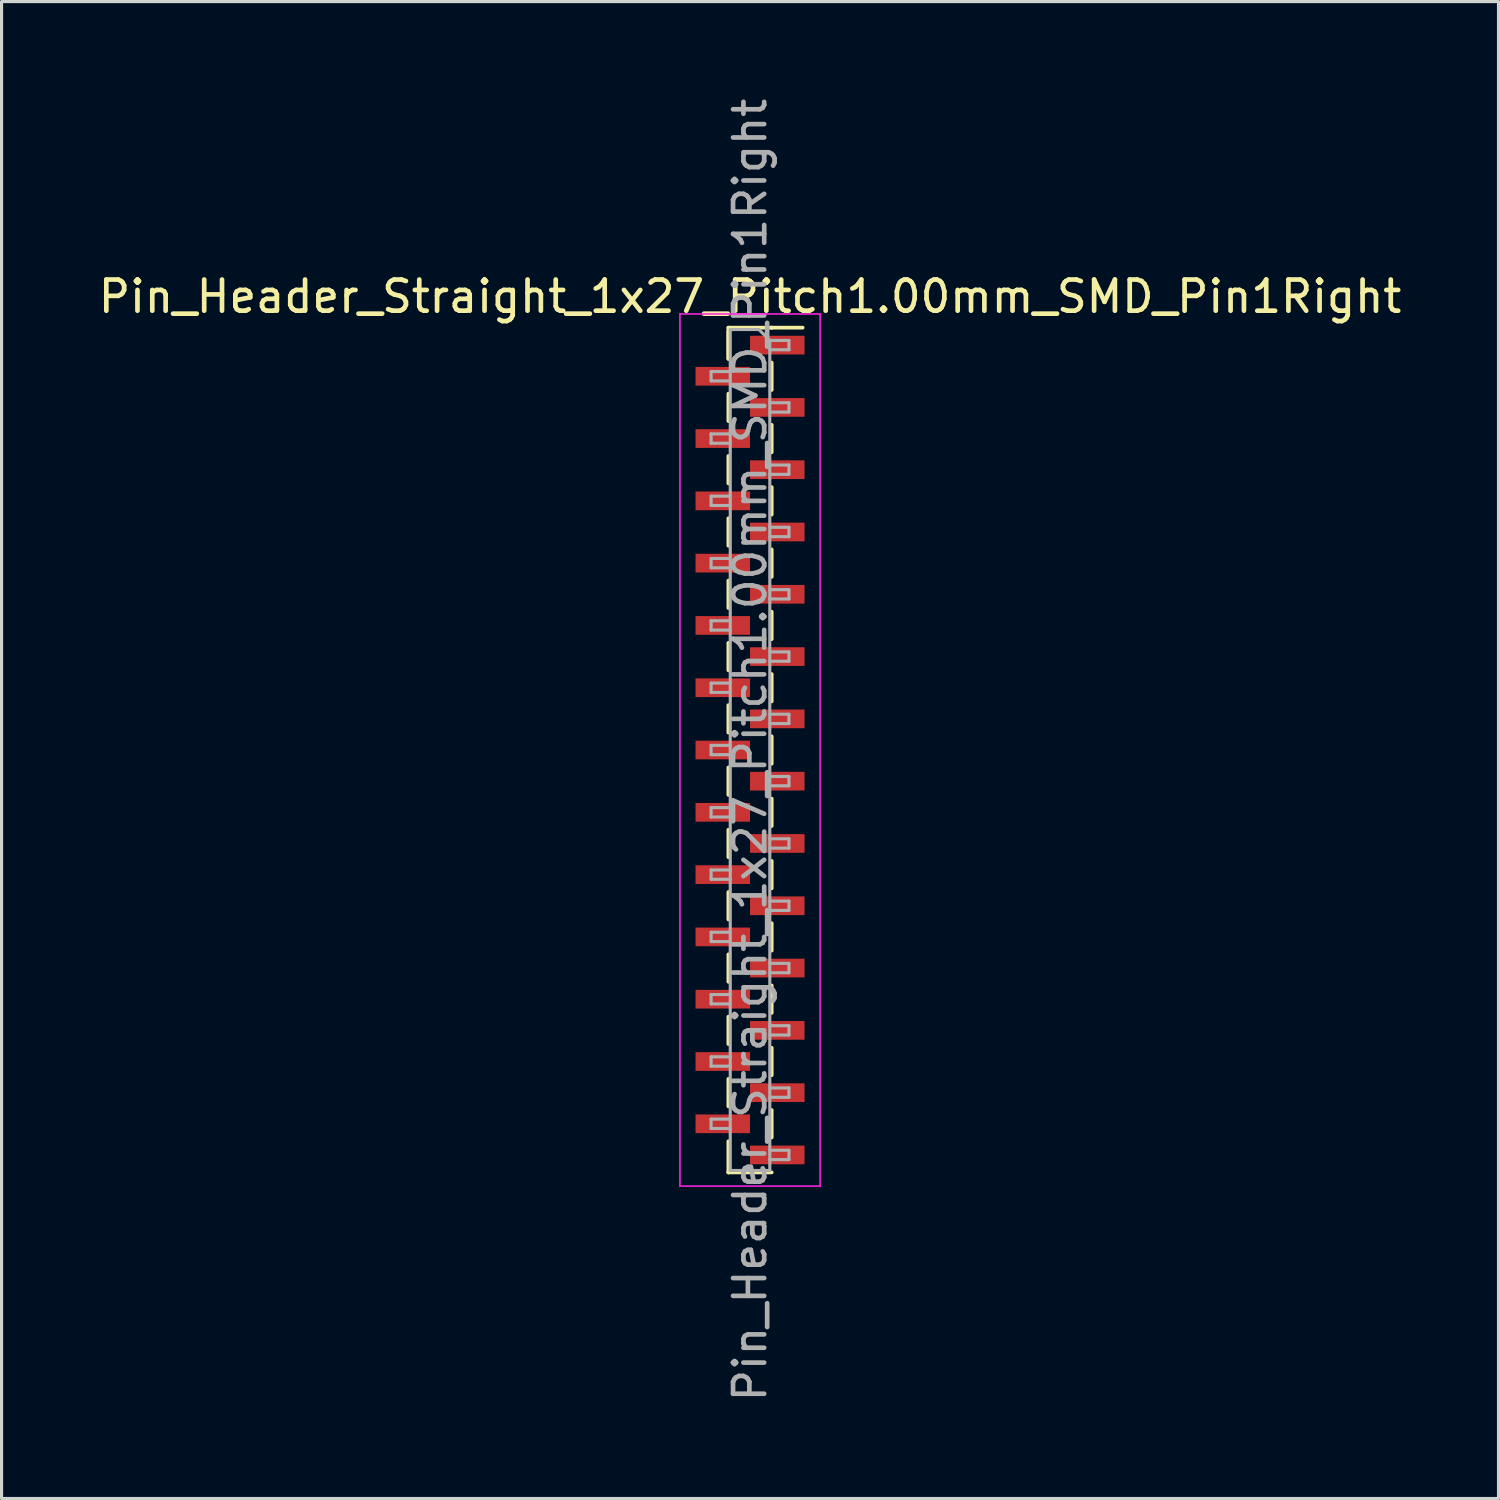
<source format=kicad_pcb>
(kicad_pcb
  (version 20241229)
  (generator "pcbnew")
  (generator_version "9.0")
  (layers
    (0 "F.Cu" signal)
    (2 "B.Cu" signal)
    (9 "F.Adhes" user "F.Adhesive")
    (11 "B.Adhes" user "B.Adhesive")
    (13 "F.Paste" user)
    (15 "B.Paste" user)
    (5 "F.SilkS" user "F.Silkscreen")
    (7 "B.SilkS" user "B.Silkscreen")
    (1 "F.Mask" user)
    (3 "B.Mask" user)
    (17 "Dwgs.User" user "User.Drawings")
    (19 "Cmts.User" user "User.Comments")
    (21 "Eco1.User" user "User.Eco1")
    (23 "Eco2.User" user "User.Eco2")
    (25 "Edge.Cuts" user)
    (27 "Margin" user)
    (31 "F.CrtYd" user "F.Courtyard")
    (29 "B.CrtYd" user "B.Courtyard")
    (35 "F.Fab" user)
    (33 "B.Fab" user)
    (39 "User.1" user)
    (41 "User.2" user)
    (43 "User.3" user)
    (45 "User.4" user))
  (footprint "Pin_Header_Straight_1x27_Pitch1.00mm_SMD_Pin1Right"
    (layer "F.Cu")
    (at 21.03 21.03)
    (property "Reference" "Pin_Header_Straight_1x27_Pitch1.00mm_SMD_Pin1Right" (at 0 -14.56 0) (layer "F.SilkS") (effects (font (size 1 1) (thickness 0.15))))
    (attr smd)
    (fp_line (start -0.695 -13.56) (end -0.695 -12.56) (stroke (width 0.12) (type solid)) (layer "F.SilkS"))
    (fp_line (start -0.695 -13.56) (end 0.695 -13.56) (stroke (width 0.12) (type solid)) (layer "F.SilkS"))
    (fp_line (start -0.695 -13.44) (end -0.695 -12.56) (stroke (width 0.12) (type solid)) (layer "F.SilkS"))
    (fp_line (start -0.695 -11.44) (end -0.695 -10.56) (stroke (width 0.12) (type solid)) (layer "F.SilkS"))
    (fp_line (start -0.695 -9.44) (end -0.695 -8.56) (stroke (width 0.12) (type solid)) (layer "F.SilkS"))
    (fp_line (start -0.695 -7.44) (end -0.695 -6.56) (stroke (width 0.12) (type solid)) (layer "F.SilkS"))
    (fp_line (start -0.695 -5.44) (end -0.695 -4.56) (stroke (width 0.12) (type solid)) (layer "F.SilkS"))
    (fp_line (start -0.695 -3.44) (end -0.695 -2.56) (stroke (width 0.12) (type solid)) (layer "F.SilkS"))
    (fp_line (start -0.695 -1.44) (end -0.695 -0.56) (stroke (width 0.12) (type solid)) (layer "F.SilkS"))
    (fp_line (start -0.695 0.56) (end -0.695 1.44) (stroke (width 0.12) (type solid)) (layer "F.SilkS"))
    (fp_line (start -0.695 2.56) (end -0.695 3.44) (stroke (width 0.12) (type solid)) (layer "F.SilkS"))
    (fp_line (start -0.695 4.56) (end -0.695 5.44) (stroke (width 0.12) (type solid)) (layer "F.SilkS"))
    (fp_line (start -0.695 6.56) (end -0.695 7.44) (stroke (width 0.12) (type solid)) (layer "F.SilkS"))
    (fp_line (start -0.695 8.56) (end -0.695 9.44) (stroke (width 0.12) (type solid)) (layer "F.SilkS"))
    (fp_line (start -0.695 10.56) (end -0.695 11.44) (stroke (width 0.12) (type solid)) (layer "F.SilkS"))
    (fp_line (start -0.695 12.56) (end -0.695 13.56) (stroke (width 0.12) (type solid)) (layer "F.SilkS"))
    (fp_line (start -0.695 13.56) (end -0.695 13.56) (stroke (width 0.12) (type solid)) (layer "F.SilkS"))
    (fp_line (start -0.695 13.56) (end 0.695 13.56) (stroke (width 0.12) (type solid)) (layer "F.SilkS"))
    (fp_line (start 0.695 -13.56) (end 0.695 -13.56) (stroke (width 0.12) (type solid)) (layer "F.SilkS"))
    (fp_line (start 0.695 -13.56) (end 1.69 -13.56) (stroke (width 0.12) (type solid)) (layer "F.SilkS"))
    (fp_line (start 0.695 -12.44) (end 0.695 -11.56) (stroke (width 0.12) (type solid)) (layer "F.SilkS"))
    (fp_line (start 0.695 -10.44) (end 0.695 -9.56) (stroke (width 0.12) (type solid)) (layer "F.SilkS"))
    (fp_line (start 0.695 -8.44) (end 0.695 -7.56) (stroke (width 0.12) (type solid)) (layer "F.SilkS"))
    (fp_line (start 0.695 -6.44) (end 0.695 -5.56) (stroke (width 0.12) (type solid)) (layer "F.SilkS"))
    (fp_line (start 0.695 -4.44) (end 0.695 -3.56) (stroke (width 0.12) (type solid)) (layer "F.SilkS"))
    (fp_line (start 0.695 -2.44) (end 0.695 -1.56) (stroke (width 0.12) (type solid)) (layer "F.SilkS"))
    (fp_line (start 0.695 -0.44) (end 0.695 0.44) (stroke (width 0.12) (type solid)) (layer "F.SilkS"))
    (fp_line (start 0.695 1.56) (end 0.695 2.44) (stroke (width 0.12) (type solid)) (layer "F.SilkS"))
    (fp_line (start 0.695 3.56) (end 0.695 4.44) (stroke (width 0.12) (type solid)) (layer "F.SilkS"))
    (fp_line (start 0.695 5.56) (end 0.695 6.44) (stroke (width 0.12) (type solid)) (layer "F.SilkS"))
    (fp_line (start 0.695 7.56) (end 0.695 8.44) (stroke (width 0.12) (type solid)) (layer "F.SilkS"))
    (fp_line (start 0.695 9.56) (end 0.695 10.44) (stroke (width 0.12) (type solid)) (layer "F.SilkS"))
    (fp_line (start 0.695 11.56) (end 0.695 12.44) (stroke (width 0.12) (type solid)) (layer "F.SilkS"))
    (fp_line (start -2.25 -14) (end -2.25 14) (stroke (width 0.05) (type solid)) (layer "F.CrtYd"))
    (fp_line (start -2.25 14) (end 2.25 14) (stroke (width 0.05) (type solid)) (layer "F.CrtYd"))
    (fp_line (start 2.25 -14) (end -2.25 -14) (stroke (width 0.05) (type solid)) (layer "F.CrtYd"))
    (fp_line (start 2.25 14) (end 2.25 -14) (stroke (width 0.05) (type solid)) (layer "F.CrtYd"))
    (fp_line (start -1.25 -12.15) (end -1.25 -11.85) (stroke (width 0.1) (type solid)) (layer "F.Fab"))
    (fp_line (start -1.25 -11.85) (end -0.635 -11.85) (stroke (width 0.1) (type solid)) (layer "F.Fab"))
    (fp_line (start -1.25 -10.15) (end -1.25 -9.85) (stroke (width 0.1) (type solid)) (layer "F.Fab"))
    (fp_line (start -1.25 -9.85) (end -0.635 -9.85) (stroke (width 0.1) (type solid)) (layer "F.Fab"))
    (fp_line (start -1.25 -8.15) (end -1.25 -7.85) (stroke (width 0.1) (type solid)) (layer "F.Fab"))
    (fp_line (start -1.25 -7.85) (end -0.635 -7.85) (stroke (width 0.1) (type solid)) (layer "F.Fab"))
    (fp_line (start -1.25 -6.15) (end -1.25 -5.85) (stroke (width 0.1) (type solid)) (layer "F.Fab"))
    (fp_line (start -1.25 -5.85) (end -0.635 -5.85) (stroke (width 0.1) (type solid)) (layer "F.Fab"))
    (fp_line (start -1.25 -4.15) (end -1.25 -3.85) (stroke (width 0.1) (type solid)) (layer "F.Fab"))
    (fp_line (start -1.25 -3.85) (end -0.635 -3.85) (stroke (width 0.1) (type solid)) (layer "F.Fab"))
    (fp_line (start -1.25 -2.15) (end -1.25 -1.85) (stroke (width 0.1) (type solid)) (layer "F.Fab"))
    (fp_line (start -1.25 -1.85) (end -0.635 -1.85) (stroke (width 0.1) (type solid)) (layer "F.Fab"))
    (fp_line (start -1.25 -0.15) (end -1.25 0.15) (stroke (width 0.1) (type solid)) (layer "F.Fab"))
    (fp_line (start -1.25 0.15) (end -0.635 0.15) (stroke (width 0.1) (type solid)) (layer "F.Fab"))
    (fp_line (start -1.25 1.85) (end -1.25 2.15) (stroke (width 0.1) (type solid)) (layer "F.Fab"))
    (fp_line (start -1.25 2.15) (end -0.635 2.15) (stroke (width 0.1) (type solid)) (layer "F.Fab"))
    (fp_line (start -1.25 3.85) (end -1.25 4.15) (stroke (width 0.1) (type solid)) (layer "F.Fab"))
    (fp_line (start -1.25 4.15) (end -0.635 4.15) (stroke (width 0.1) (type solid)) (layer "F.Fab"))
    (fp_line (start -1.25 5.85) (end -1.25 6.15) (stroke (width 0.1) (type solid)) (layer "F.Fab"))
    (fp_line (start -1.25 6.15) (end -0.635 6.15) (stroke (width 0.1) (type solid)) (layer "F.Fab"))
    (fp_line (start -1.25 7.85) (end -1.25 8.15) (stroke (width 0.1) (type solid)) (layer "F.Fab"))
    (fp_line (start -1.25 8.15) (end -0.635 8.15) (stroke (width 0.1) (type solid)) (layer "F.Fab"))
    (fp_line (start -1.25 9.85) (end -1.25 10.15) (stroke (width 0.1) (type solid)) (layer "F.Fab"))
    (fp_line (start -1.25 10.15) (end -0.635 10.15) (stroke (width 0.1) (type solid)) (layer "F.Fab"))
    (fp_line (start -1.25 11.85) (end -1.25 12.15) (stroke (width 0.1) (type solid)) (layer "F.Fab"))
    (fp_line (start -1.25 12.15) (end -0.635 12.15) (stroke (width 0.1) (type solid)) (layer "F.Fab"))
    (fp_line (start -0.635 -13.5) (end -0.635 13.5) (stroke (width 0.1) (type solid)) (layer "F.Fab"))
    (fp_line (start -0.635 -13.5) (end 0.285 -13.5) (stroke (width 0.1) (type solid)) (layer "F.Fab"))
    (fp_line (start -0.635 -12.15) (end -1.25 -12.15) (stroke (width 0.1) (type solid)) (layer "F.Fab"))
    (fp_line (start -0.635 -10.15) (end -1.25 -10.15) (stroke (width 0.1) (type solid)) (layer "F.Fab"))
    (fp_line (start -0.635 -8.15) (end -1.25 -8.15) (stroke (width 0.1) (type solid)) (layer "F.Fab"))
    (fp_line (start -0.635 -6.15) (end -1.25 -6.15) (stroke (width 0.1) (type solid)) (layer "F.Fab"))
    (fp_line (start -0.635 -4.15) (end -1.25 -4.15) (stroke (width 0.1) (type solid)) (layer "F.Fab"))
    (fp_line (start -0.635 -2.15) (end -1.25 -2.15) (stroke (width 0.1) (type solid)) (layer "F.Fab"))
    (fp_line (start -0.635 -0.15) (end -1.25 -0.15) (stroke (width 0.1) (type solid)) (layer "F.Fab"))
    (fp_line (start -0.635 1.85) (end -1.25 1.85) (stroke (width 0.1) (type solid)) (layer "F.Fab"))
    (fp_line (start -0.635 3.85) (end -1.25 3.85) (stroke (width 0.1) (type solid)) (layer "F.Fab"))
    (fp_line (start -0.635 5.85) (end -1.25 5.85) (stroke (width 0.1) (type solid)) (layer "F.Fab"))
    (fp_line (start -0.635 7.85) (end -1.25 7.85) (stroke (width 0.1) (type solid)) (layer "F.Fab"))
    (fp_line (start -0.635 9.85) (end -1.25 9.85) (stroke (width 0.1) (type solid)) (layer "F.Fab"))
    (fp_line (start -0.635 11.85) (end -1.25 11.85) (stroke (width 0.1) (type solid)) (layer "F.Fab"))
    (fp_line (start 0.635 -13.15) (end 0.285 -13.5) (stroke (width 0.1) (type solid)) (layer "F.Fab"))
    (fp_line (start 0.635 -13.15) (end 1.25 -13.15) (stroke (width 0.1) (type solid)) (layer "F.Fab"))
    (fp_line (start 0.635 -11.15) (end 1.25 -11.15) (stroke (width 0.1) (type solid)) (layer "F.Fab"))
    (fp_line (start 0.635 -9.15) (end 1.25 -9.15) (stroke (width 0.1) (type solid)) (layer "F.Fab"))
    (fp_line (start 0.635 -7.15) (end 1.25 -7.15) (stroke (width 0.1) (type solid)) (layer "F.Fab"))
    (fp_line (start 0.635 -5.15) (end 1.25 -5.15) (stroke (width 0.1) (type solid)) (layer "F.Fab"))
    (fp_line (start 0.635 -3.15) (end 1.25 -3.15) (stroke (width 0.1) (type solid)) (layer "F.Fab"))
    (fp_line (start 0.635 -1.15) (end 1.25 -1.15) (stroke (width 0.1) (type solid)) (layer "F.Fab"))
    (fp_line (start 0.635 0.85) (end 1.25 0.85) (stroke (width 0.1) (type solid)) (layer "F.Fab"))
    (fp_line (start 0.635 2.85) (end 1.25 2.85) (stroke (width 0.1) (type solid)) (layer "F.Fab"))
    (fp_line (start 0.635 4.85) (end 1.25 4.85) (stroke (width 0.1) (type solid)) (layer "F.Fab"))
    (fp_line (start 0.635 6.85) (end 1.25 6.85) (stroke (width 0.1) (type solid)) (layer "F.Fab"))
    (fp_line (start 0.635 8.85) (end 1.25 8.85) (stroke (width 0.1) (type solid)) (layer "F.Fab"))
    (fp_line (start 0.635 10.85) (end 1.25 10.85) (stroke (width 0.1) (type solid)) (layer "F.Fab"))
    (fp_line (start 0.635 12.85) (end 1.25 12.85) (stroke (width 0.1) (type solid)) (layer "F.Fab"))
    (fp_line (start 0.635 13.5) (end -0.635 13.5) (stroke (width 0.1) (type solid)) (layer "F.Fab"))
    (fp_line (start 0.635 13.5) (end 0.635 -13.15) (stroke (width 0.1) (type solid)) (layer "F.Fab"))
    (fp_line (start 1.25 -13.15) (end 1.25 -12.85) (stroke (width 0.1) (type solid)) (layer "F.Fab"))
    (fp_line (start 1.25 -12.85) (end 0.635 -12.85) (stroke (width 0.1) (type solid)) (layer "F.Fab"))
    (fp_line (start 1.25 -11.15) (end 1.25 -10.85) (stroke (width 0.1) (type solid)) (layer "F.Fab"))
    (fp_line (start 1.25 -10.85) (end 0.635 -10.85) (stroke (width 0.1) (type solid)) (layer "F.Fab"))
    (fp_line (start 1.25 -9.15) (end 1.25 -8.85) (stroke (width 0.1) (type solid)) (layer "F.Fab"))
    (fp_line (start 1.25 -8.85) (end 0.635 -8.85) (stroke (width 0.1) (type solid)) (layer "F.Fab"))
    (fp_line (start 1.25 -7.15) (end 1.25 -6.85) (stroke (width 0.1) (type solid)) (layer "F.Fab"))
    (fp_line (start 1.25 -6.85) (end 0.635 -6.85) (stroke (width 0.1) (type solid)) (layer "F.Fab"))
    (fp_line (start 1.25 -5.15) (end 1.25 -4.85) (stroke (width 0.1) (type solid)) (layer "F.Fab"))
    (fp_line (start 1.25 -4.85) (end 0.635 -4.85) (stroke (width 0.1) (type solid)) (layer "F.Fab"))
    (fp_line (start 1.25 -3.15) (end 1.25 -2.85) (stroke (width 0.1) (type solid)) (layer "F.Fab"))
    (fp_line (start 1.25 -2.85) (end 0.635 -2.85) (stroke (width 0.1) (type solid)) (layer "F.Fab"))
    (fp_line (start 1.25 -1.15) (end 1.25 -0.85) (stroke (width 0.1) (type solid)) (layer "F.Fab"))
    (fp_line (start 1.25 -0.85) (end 0.635 -0.85) (stroke (width 0.1) (type solid)) (layer "F.Fab"))
    (fp_line (start 1.25 0.85) (end 1.25 1.15) (stroke (width 0.1) (type solid)) (layer "F.Fab"))
    (fp_line (start 1.25 1.15) (end 0.635 1.15) (stroke (width 0.1) (type solid)) (layer "F.Fab"))
    (fp_line (start 1.25 2.85) (end 1.25 3.15) (stroke (width 0.1) (type solid)) (layer "F.Fab"))
    (fp_line (start 1.25 3.15) (end 0.635 3.15) (stroke (width 0.1) (type solid)) (layer "F.Fab"))
    (fp_line (start 1.25 4.85) (end 1.25 5.15) (stroke (width 0.1) (type solid)) (layer "F.Fab"))
    (fp_line (start 1.25 5.15) (end 0.635 5.15) (stroke (width 0.1) (type solid)) (layer "F.Fab"))
    (fp_line (start 1.25 6.85) (end 1.25 7.15) (stroke (width 0.1) (type solid)) (layer "F.Fab"))
    (fp_line (start 1.25 7.15) (end 0.635 7.15) (stroke (width 0.1) (type solid)) (layer "F.Fab"))
    (fp_line (start 1.25 8.85) (end 1.25 9.15) (stroke (width 0.1) (type solid)) (layer "F.Fab"))
    (fp_line (start 1.25 9.15) (end 0.635 9.15) (stroke (width 0.1) (type solid)) (layer "F.Fab"))
    (fp_line (start 1.25 10.85) (end 1.25 11.15) (stroke (width 0.1) (type solid)) (layer "F.Fab"))
    (fp_line (start 1.25 11.15) (end 0.635 11.15) (stroke (width 0.1) (type solid)) (layer "F.Fab"))
    (fp_line (start 1.25 12.85) (end 1.25 13.15) (stroke (width 0.1) (type solid)) (layer "F.Fab"))
    (fp_line (start 1.25 13.15) (end 0.635 13.15) (stroke (width 0.1) (type solid)) (layer "F.Fab"))
    (fp_text user "${REFERENCE}" (at 0 0 90) (layer "F.Fab") (effects (font (size 1 1) (thickness 0.15))))
    (pad "1" smd rect (at 0.875 -13) (size 1.75 0.6) (layers "F.Cu" "F.Mask" "F.Paste"))
    (pad "2" smd rect (at -0.875 -12) (size 1.75 0.6) (layers "F.Cu" "F.Mask" "F.Paste"))
    (pad "3" smd rect (at 0.875 -11) (size 1.75 0.6) (layers "F.Cu" "F.Mask" "F.Paste"))
    (pad "4" smd rect (at -0.875 -10) (size 1.75 0.6) (layers "F.Cu" "F.Mask" "F.Paste"))
    (pad "5" smd rect (at 0.875 -9) (size 1.75 0.6) (layers "F.Cu" "F.Mask" "F.Paste"))
    (pad "6" smd rect (at -0.875 -8) (size 1.75 0.6) (layers "F.Cu" "F.Mask" "F.Paste"))
    (pad "7" smd rect (at 0.875 -7) (size 1.75 0.6) (layers "F.Cu" "F.Mask" "F.Paste"))
    (pad "8" smd rect (at -0.875 -6) (size 1.75 0.6) (layers "F.Cu" "F.Mask" "F.Paste"))
    (pad "9" smd rect (at 0.875 -5) (size 1.75 0.6) (layers "F.Cu" "F.Mask" "F.Paste"))
    (pad "10" smd rect (at -0.875 -4) (size 1.75 0.6) (layers "F.Cu" "F.Mask" "F.Paste"))
    (pad "11" smd rect (at 0.875 -3) (size 1.75 0.6) (layers "F.Cu" "F.Mask" "F.Paste"))
    (pad "12" smd rect (at -0.875 -2) (size 1.75 0.6) (layers "F.Cu" "F.Mask" "F.Paste"))
    (pad "13" smd rect (at 0.875 -1) (size 1.75 0.6) (layers "F.Cu" "F.Mask" "F.Paste"))
    (pad "14" smd rect (at -0.875 0) (size 1.75 0.6) (layers "F.Cu" "F.Mask" "F.Paste"))
    (pad "15" smd rect (at 0.875 1) (size 1.75 0.6) (layers "F.Cu" "F.Mask" "F.Paste"))
    (pad "16" smd rect (at -0.875 2) (size 1.75 0.6) (layers "F.Cu" "F.Mask" "F.Paste"))
    (pad "17" smd rect (at 0.875 3) (size 1.75 0.6) (layers "F.Cu" "F.Mask" "F.Paste"))
    (pad "18" smd rect (at -0.875 4) (size 1.75 0.6) (layers "F.Cu" "F.Mask" "F.Paste"))
    (pad "19" smd rect (at 0.875 5) (size 1.75 0.6) (layers "F.Cu" "F.Mask" "F.Paste"))
    (pad "20" smd rect (at -0.875 6) (size 1.75 0.6) (layers "F.Cu" "F.Mask" "F.Paste"))
    (pad "21" smd rect (at 0.875 7) (size 1.75 0.6) (layers "F.Cu" "F.Mask" "F.Paste"))
    (pad "22" smd rect (at -0.875 8) (size 1.75 0.6) (layers "F.Cu" "F.Mask" "F.Paste"))
    (pad "23" smd rect (at 0.875 9) (size 1.75 0.6) (layers "F.Cu" "F.Mask" "F.Paste"))
    (pad "24" smd rect (at -0.875 10) (size 1.75 0.6) (layers "F.Cu" "F.Mask" "F.Paste"))
    (pad "25" smd rect (at 0.875 11) (size 1.75 0.6) (layers "F.Cu" "F.Mask" "F.Paste"))
    (pad "26" smd rect (at -0.875 12) (size 1.75 0.6) (layers "F.Cu" "F.Mask" "F.Paste"))
    (pad "27" smd rect (at 0.875 13) (size 1.75 0.6) (layers "F.Cu" "F.Mask" "F.Paste")))
  (gr_rect
    (start -3 -3)
    (end 45.06 45.06)
    (stroke (width 0.1) (type default))
    (fill no)
    (layer "Edge.Cuts")))
</source>
